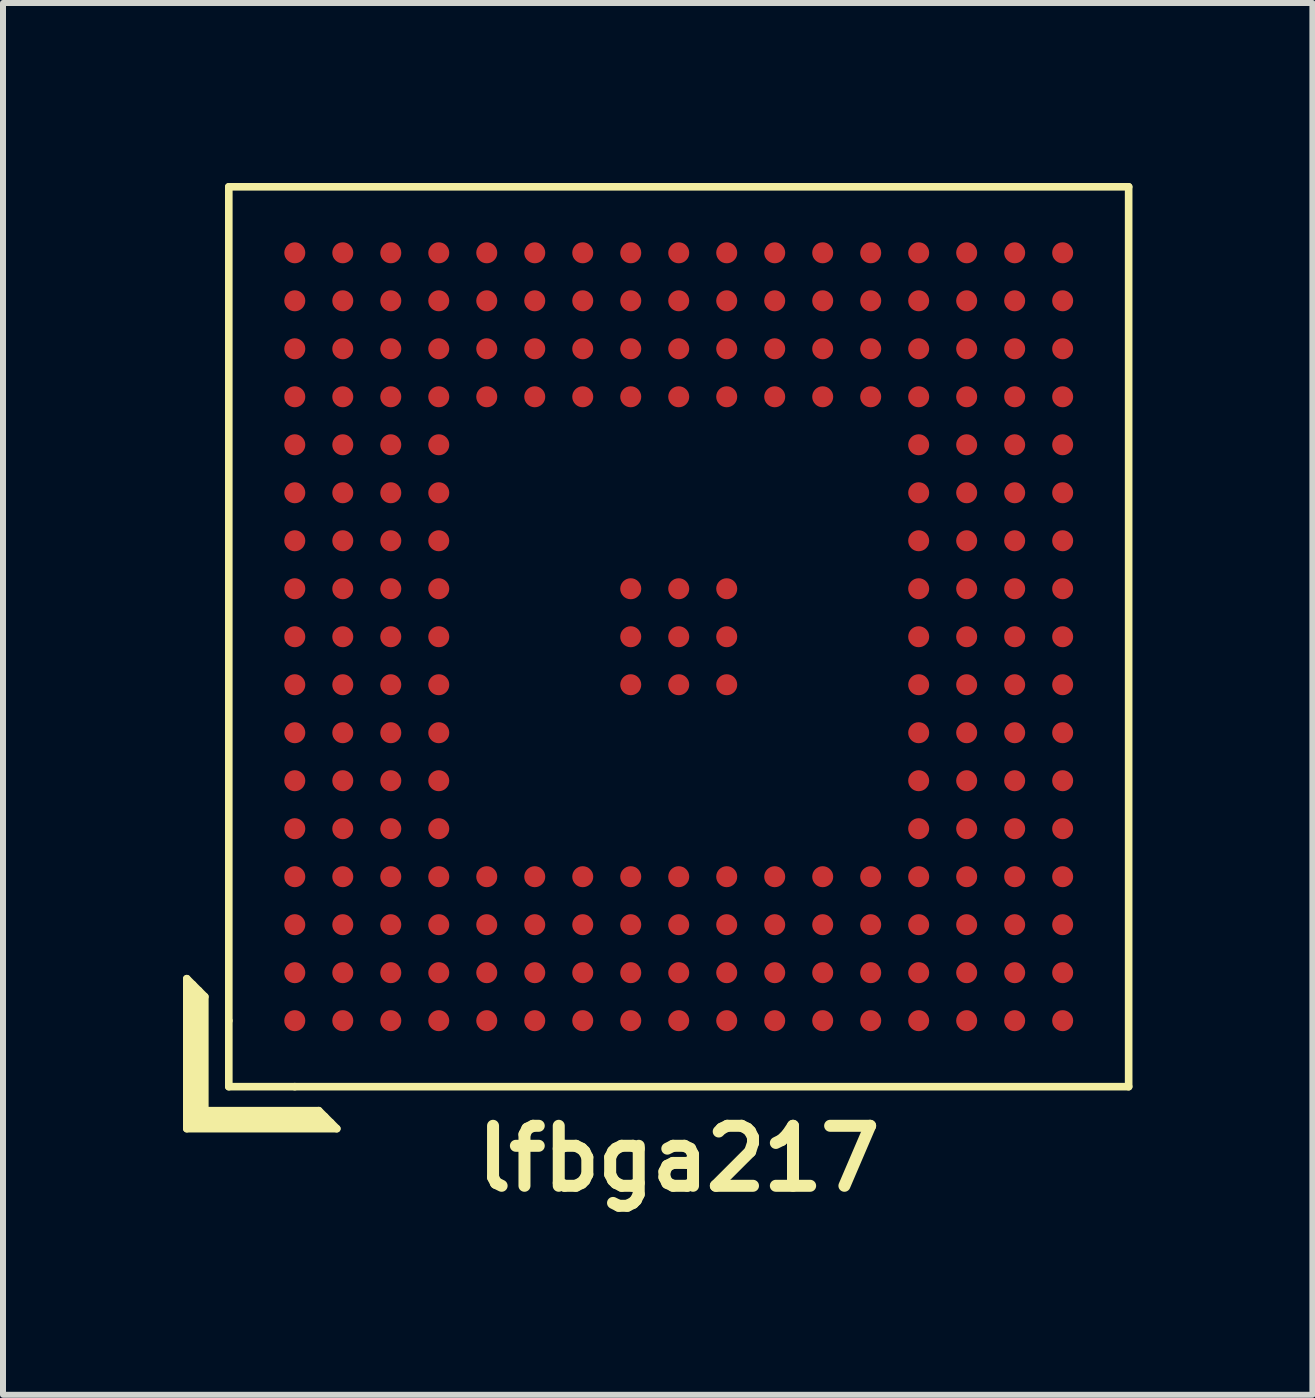
<source format=kicad_pcb>
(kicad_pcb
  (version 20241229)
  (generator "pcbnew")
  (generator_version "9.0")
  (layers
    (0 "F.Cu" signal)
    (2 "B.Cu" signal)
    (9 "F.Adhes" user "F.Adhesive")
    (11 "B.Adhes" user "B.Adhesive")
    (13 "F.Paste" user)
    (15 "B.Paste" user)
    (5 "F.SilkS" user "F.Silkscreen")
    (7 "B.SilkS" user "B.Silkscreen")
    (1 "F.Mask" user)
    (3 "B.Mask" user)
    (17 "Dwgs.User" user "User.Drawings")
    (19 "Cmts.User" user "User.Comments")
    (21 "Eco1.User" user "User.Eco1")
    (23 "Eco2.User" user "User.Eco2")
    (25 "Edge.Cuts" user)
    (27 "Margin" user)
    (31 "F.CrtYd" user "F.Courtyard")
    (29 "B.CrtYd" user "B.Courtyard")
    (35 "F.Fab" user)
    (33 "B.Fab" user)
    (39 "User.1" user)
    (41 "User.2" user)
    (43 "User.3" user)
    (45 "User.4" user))
  (footprint "lfbga217"
    (layer "F.Cu")
    (at 8.264 7.564)
    (property "Reference" "lfbga217" (at 0 8.7 0) (layer "F.SilkS") (effects (font (size 1 1) (thickness 0.2))))
    (attr through_hole)
    (fp_line (start -8.2 5.7) (end -7.9 6) (stroke (width 0.127) (type solid)) (layer "F.SilkS"))
    (fp_line (start -8.2 8.2) (end -8.2 5.7) (stroke (width 0.127) (type solid)) (layer "F.SilkS"))
    (fp_line (start -8.1 5.8) (end -8.1 8.1) (stroke (width 0.127) (type solid)) (layer "F.SilkS"))
    (fp_line (start -8.1 8.1) (end -5.8 8.1) (stroke (width 0.127) (type solid)) (layer "F.SilkS"))
    (fp_line (start -8 8) (end -8 5.9) (stroke (width 0.127) (type solid)) (layer "F.SilkS"))
    (fp_line (start -7.9 6) (end -7.9 7.9) (stroke (width 0.127) (type solid)) (layer "F.SilkS"))
    (fp_line (start -7.9 7.9) (end -6 7.9) (stroke (width 0.127) (type solid)) (layer "F.SilkS"))
    (fp_line (start -7.5 -7.5) (end 7.5 -7.5) (stroke (width 0.127) (type solid)) (layer "F.SilkS"))
    (fp_line (start -7.5 6.4) (end -7.5 -7.5) (stroke (width 0.127) (type solid)) (layer "F.SilkS"))
    (fp_line (start -7.5 6.4) (end -7.5 7.5) (stroke (width 0.127) (type solid)) (layer "F.SilkS"))
    (fp_line (start -7.5 7.5) (end -6.4 7.5) (stroke (width 0.127) (type solid)) (layer "F.SilkS"))
    (fp_line (start -6 7.9) (end -5.7 8.2) (stroke (width 0.127) (type solid)) (layer "F.SilkS"))
    (fp_line (start -5.9 8) (end -8 8) (stroke (width 0.127) (type solid)) (layer "F.SilkS"))
    (fp_line (start -5.7 8.2) (end -8.2 8.2) (stroke (width 0.127) (type solid)) (layer "F.SilkS"))
    (fp_line (start 7.5 -7.5) (end 7.5 7.5) (stroke (width 0.127) (type solid)) (layer "F.SilkS"))
    (fp_line (start 7.5 7.5) (end -6.4 7.5) (stroke (width 0.127) (type solid)) (layer "F.SilkS"))
    (pad "A1" smd circle (at -6.4 6.4) (size 0.35 0.35) (layers "F.Cu" "F.Mask" "F.Paste"))
    (pad "A2" smd circle (at -5.6 6.4) (size 0.35 0.35) (layers "F.Cu" "F.Mask" "F.Paste"))
    (pad "A3" smd circle (at -4.8 6.4) (size 0.35 0.35) (layers "F.Cu" "F.Mask" "F.Paste"))
    (pad "A4" smd circle (at -4 6.4) (size 0.35 0.35) (layers "F.Cu" "F.Mask" "F.Paste"))
    (pad "A5" smd circle (at -3.2 6.4) (size 0.35 0.35) (layers "F.Cu" "F.Mask" "F.Paste"))
    (pad "A6" smd circle (at -2.4 6.4) (size 0.35 0.35) (layers "F.Cu" "F.Mask" "F.Paste"))
    (pad "A7" smd circle (at -1.6 6.4) (size 0.35 0.35) (layers "F.Cu" "F.Mask" "F.Paste"))
    (pad "A8" smd circle (at -0.8 6.4) (size 0.35 0.35) (layers "F.Cu" "F.Mask" "F.Paste"))
    (pad "A9" smd circle (at 0 6.4) (size 0.35 0.35) (layers "F.Cu" "F.Mask" "F.Paste"))
    (pad "A10" smd circle (at 0.8 6.4) (size 0.35 0.35) (layers "F.Cu" "F.Mask" "F.Paste"))
    (pad "A11" smd circle (at 1.6 6.4) (size 0.35 0.35) (layers "F.Cu" "F.Mask" "F.Paste"))
    (pad "A12" smd circle (at 2.4 6.4) (size 0.35 0.35) (layers "F.Cu" "F.Mask" "F.Paste"))
    (pad "A13" smd circle (at 3.2 6.4) (size 0.35 0.35) (layers "F.Cu" "F.Mask" "F.Paste"))
    (pad "A14" smd circle (at 4 6.4) (size 0.35 0.35) (layers "F.Cu" "F.Mask" "F.Paste"))
    (pad "A15" smd circle (at 4.8 6.4) (size 0.35 0.35) (layers "F.Cu" "F.Mask" "F.Paste"))
    (pad "A16" smd circle (at 5.6 6.4) (size 0.35 0.35) (layers "F.Cu" "F.Mask" "F.Paste"))
    (pad "A17" smd circle (at 6.4 6.4) (size 0.35 0.35) (layers "F.Cu" "F.Mask" "F.Paste"))
    (pad "B1" smd circle (at -6.4 5.6) (size 0.35 0.35) (layers "F.Cu" "F.Mask" "F.Paste"))
    (pad "B2" smd circle (at -5.6 5.6) (size 0.35 0.35) (layers "F.Cu" "F.Mask" "F.Paste"))
    (pad "B3" smd circle (at -4.8 5.6) (size 0.35 0.35) (layers "F.Cu" "F.Mask" "F.Paste"))
    (pad "B4" smd circle (at -4 5.6) (size 0.35 0.35) (layers "F.Cu" "F.Mask" "F.Paste"))
    (pad "B5" smd circle (at -3.2 5.6) (size 0.35 0.35) (layers "F.Cu" "F.Mask" "F.Paste"))
    (pad "B6" smd circle (at -2.4 5.6) (size 0.35 0.35) (layers "F.Cu" "F.Mask" "F.Paste"))
    (pad "B7" smd circle (at -1.6 5.6) (size 0.35 0.35) (layers "F.Cu" "F.Mask" "F.Paste"))
    (pad "B8" smd circle (at -0.8 5.6) (size 0.35 0.35) (layers "F.Cu" "F.Mask" "F.Paste"))
    (pad "B9" smd circle (at 0 5.6) (size 0.35 0.35) (layers "F.Cu" "F.Mask" "F.Paste"))
    (pad "B10" smd circle (at 0.8 5.6) (size 0.35 0.35) (layers "F.Cu" "F.Mask" "F.Paste"))
    (pad "B11" smd circle (at 1.6 5.6) (size 0.35 0.35) (layers "F.Cu" "F.Mask" "F.Paste"))
    (pad "B12" smd circle (at 2.4 5.6) (size 0.35 0.35) (layers "F.Cu" "F.Mask" "F.Paste"))
    (pad "B13" smd circle (at 3.2 5.6) (size 0.35 0.35) (layers "F.Cu" "F.Mask" "F.Paste"))
    (pad "B14" smd circle (at 4 5.6) (size 0.35 0.35) (layers "F.Cu" "F.Mask" "F.Paste"))
    (pad "B15" smd circle (at 4.8 5.6) (size 0.35 0.35) (layers "F.Cu" "F.Mask" "F.Paste"))
    (pad "B16" smd circle (at 5.6 5.6) (size 0.35 0.35) (layers "F.Cu" "F.Mask" "F.Paste"))
    (pad "B17" smd circle (at 6.4 5.6) (size 0.35 0.35) (layers "F.Cu" "F.Mask" "F.Paste"))
    (pad "C1" smd circle (at -6.4 4.8) (size 0.35 0.35) (layers "F.Cu" "F.Mask" "F.Paste"))
    (pad "C2" smd circle (at -5.6 4.8) (size 0.35 0.35) (layers "F.Cu" "F.Mask" "F.Paste"))
    (pad "C3" smd circle (at -4.8 4.8) (size 0.35 0.35) (layers "F.Cu" "F.Mask" "F.Paste"))
    (pad "C4" smd circle (at -4 4.8) (size 0.35 0.35) (layers "F.Cu" "F.Mask" "F.Paste"))
    (pad "C5" smd circle (at -3.2 4.8) (size 0.35 0.35) (layers "F.Cu" "F.Mask" "F.Paste"))
    (pad "C6" smd circle (at -2.4 4.8) (size 0.35 0.35) (layers "F.Cu" "F.Mask" "F.Paste"))
    (pad "C7" smd circle (at -1.6 4.8) (size 0.35 0.35) (layers "F.Cu" "F.Mask" "F.Paste"))
    (pad "C8" smd circle (at -0.8 4.8) (size 0.35 0.35) (layers "F.Cu" "F.Mask" "F.Paste"))
    (pad "C9" smd circle (at 0 4.8) (size 0.35 0.35) (layers "F.Cu" "F.Mask" "F.Paste"))
    (pad "C10" smd circle (at 0.8 4.8) (size 0.35 0.35) (layers "F.Cu" "F.Mask" "F.Paste"))
    (pad "C11" smd circle (at 1.6 4.8) (size 0.35 0.35) (layers "F.Cu" "F.Mask" "F.Paste"))
    (pad "C12" smd circle (at 2.4 4.8) (size 0.35 0.35) (layers "F.Cu" "F.Mask" "F.Paste"))
    (pad "C13" smd circle (at 3.2 4.8) (size 0.35 0.35) (layers "F.Cu" "F.Mask" "F.Paste"))
    (pad "C14" smd circle (at 4 4.8) (size 0.35 0.35) (layers "F.Cu" "F.Mask" "F.Paste"))
    (pad "C15" smd circle (at 4.8 4.8) (size 0.35 0.35) (layers "F.Cu" "F.Mask" "F.Paste"))
    (pad "C16" smd circle (at 5.6 4.8) (size 0.35 0.35) (layers "F.Cu" "F.Mask" "F.Paste"))
    (pad "C17" smd circle (at 6.4 4.8) (size 0.35 0.35) (layers "F.Cu" "F.Mask" "F.Paste"))
    (pad "D1" smd circle (at -6.4 4) (size 0.35 0.35) (layers "F.Cu" "F.Mask" "F.Paste"))
    (pad "D2" smd circle (at -5.6 4) (size 0.35 0.35) (layers "F.Cu" "F.Mask" "F.Paste"))
    (pad "D3" smd circle (at -4.8 4) (size 0.35 0.35) (layers "F.Cu" "F.Mask" "F.Paste"))
    (pad "D4" smd circle (at -4 4) (size 0.35 0.35) (layers "F.Cu" "F.Mask" "F.Paste"))
    (pad "D5" smd circle (at -3.2 4) (size 0.35 0.35) (layers "F.Cu" "F.Mask" "F.Paste"))
    (pad "D6" smd circle (at -2.4 4) (size 0.35 0.35) (layers "F.Cu" "F.Mask" "F.Paste"))
    (pad "D7" smd circle (at -1.6 4) (size 0.35 0.35) (layers "F.Cu" "F.Mask" "F.Paste"))
    (pad "D8" smd circle (at -0.8 4) (size 0.35 0.35) (layers "F.Cu" "F.Mask" "F.Paste"))
    (pad "D9" smd circle (at 0 4) (size 0.35 0.35) (layers "F.Cu" "F.Mask" "F.Paste"))
    (pad "D10" smd circle (at 0.8 4) (size 0.35 0.35) (layers "F.Cu" "F.Mask" "F.Paste"))
    (pad "D11" smd circle (at 1.6 4) (size 0.35 0.35) (layers "F.Cu" "F.Mask" "F.Paste"))
    (pad "D12" smd circle (at 2.4 4) (size 0.35 0.35) (layers "F.Cu" "F.Mask" "F.Paste"))
    (pad "D13" smd circle (at 3.2 4) (size 0.35 0.35) (layers "F.Cu" "F.Mask" "F.Paste"))
    (pad "D14" smd circle (at 4 4) (size 0.35 0.35) (layers "F.Cu" "F.Mask" "F.Paste"))
    (pad "D15" smd circle (at 4.8 4) (size 0.35 0.35) (layers "F.Cu" "F.Mask" "F.Paste"))
    (pad "D16" smd circle (at 5.6 4) (size 0.35 0.35) (layers "F.Cu" "F.Mask" "F.Paste"))
    (pad "D17" smd circle (at 6.4 4) (size 0.35 0.35) (layers "F.Cu" "F.Mask" "F.Paste"))
    (pad "E1" smd circle (at -6.4 3.2) (size 0.35 0.35) (layers "F.Cu" "F.Mask" "F.Paste"))
    (pad "E2" smd circle (at -5.6 3.2) (size 0.35 0.35) (layers "F.Cu" "F.Mask" "F.Paste"))
    (pad "E3" smd circle (at -4.8 3.2) (size 0.35 0.35) (layers "F.Cu" "F.Mask" "F.Paste"))
    (pad "E4" smd circle (at -4 3.2) (size 0.35 0.35) (layers "F.Cu" "F.Mask" "F.Paste"))
    (pad "E14" smd circle (at 4 3.2) (size 0.35 0.35) (layers "F.Cu" "F.Mask" "F.Paste"))
    (pad "E15" smd circle (at 4.8 3.2) (size 0.35 0.35) (layers "F.Cu" "F.Mask" "F.Paste"))
    (pad "E16" smd circle (at 5.6 3.2) (size 0.35 0.35) (layers "F.Cu" "F.Mask" "F.Paste"))
    (pad "E17" smd circle (at 6.4 3.2) (size 0.35 0.35) (layers "F.Cu" "F.Mask" "F.Paste"))
    (pad "F1" smd circle (at -6.4 2.4) (size 0.35 0.35) (layers "F.Cu" "F.Mask" "F.Paste"))
    (pad "F2" smd circle (at -5.6 2.4) (size 0.35 0.35) (layers "F.Cu" "F.Mask" "F.Paste"))
    (pad "F3" smd circle (at -4.8 2.4) (size 0.35 0.35) (layers "F.Cu" "F.Mask" "F.Paste"))
    (pad "F4" smd circle (at -4 2.4) (size 0.35 0.35) (layers "F.Cu" "F.Mask" "F.Paste"))
    (pad "F14" smd circle (at 4 2.4) (size 0.35 0.35) (layers "F.Cu" "F.Mask" "F.Paste"))
    (pad "F15" smd circle (at 4.8 2.4) (size 0.35 0.35) (layers "F.Cu" "F.Mask" "F.Paste"))
    (pad "F16" smd circle (at 5.6 2.4) (size 0.35 0.35) (layers "F.Cu" "F.Mask" "F.Paste"))
    (pad "F17" smd circle (at 6.4 2.4) (size 0.35 0.35) (layers "F.Cu" "F.Mask" "F.Paste"))
    (pad "G1" smd circle (at -6.4 1.6) (size 0.35 0.35) (layers "F.Cu" "F.Mask" "F.Paste"))
    (pad "G2" smd circle (at -5.6 1.6) (size 0.35 0.35) (layers "F.Cu" "F.Mask" "F.Paste"))
    (pad "G3" smd circle (at -4.8 1.6) (size 0.35 0.35) (layers "F.Cu" "F.Mask" "F.Paste"))
    (pad "G4" smd circle (at -4 1.6) (size 0.35 0.35) (layers "F.Cu" "F.Mask" "F.Paste"))
    (pad "G14" smd circle (at 4 1.6) (size 0.35 0.35) (layers "F.Cu" "F.Mask" "F.Paste"))
    (pad "G15" smd circle (at 4.8 1.6) (size 0.35 0.35) (layers "F.Cu" "F.Mask" "F.Paste"))
    (pad "G16" smd circle (at 5.6 1.6) (size 0.35 0.35) (layers "F.Cu" "F.Mask" "F.Paste"))
    (pad "G17" smd circle (at 6.4 1.6) (size 0.35 0.35) (layers "F.Cu" "F.Mask" "F.Paste"))
    (pad "H1" smd circle (at -6.4 0.8) (size 0.35 0.35) (layers "F.Cu" "F.Mask" "F.Paste"))
    (pad "H2" smd circle (at -5.6 0.8) (size 0.35 0.35) (layers "F.Cu" "F.Mask" "F.Paste"))
    (pad "H3" smd circle (at -4.8 0.8) (size 0.35 0.35) (layers "F.Cu" "F.Mask" "F.Paste"))
    (pad "H4" smd circle (at -4 0.8) (size 0.35 0.35) (layers "F.Cu" "F.Mask" "F.Paste"))
    (pad "H8" smd circle (at -0.8 0.8) (size 0.35 0.35) (layers "F.Cu" "F.Mask" "F.Paste"))
    (pad "H9" smd circle (at 0 0.8) (size 0.35 0.35) (layers "F.Cu" "F.Mask" "F.Paste"))
    (pad "H10" smd circle (at 0.8 0.8) (size 0.35 0.35) (layers "F.Cu" "F.Mask" "F.Paste"))
    (pad "H14" smd circle (at 4 0.8) (size 0.35 0.35) (layers "F.Cu" "F.Mask" "F.Paste"))
    (pad "H15" smd circle (at 4.8 0.8) (size 0.35 0.35) (layers "F.Cu" "F.Mask" "F.Paste"))
    (pad "H16" smd circle (at 5.6 0.8) (size 0.35 0.35) (layers "F.Cu" "F.Mask" "F.Paste"))
    (pad "H17" smd circle (at 6.4 0.8) (size 0.35 0.35) (layers "F.Cu" "F.Mask" "F.Paste"))
    (pad "J1" smd circle (at -6.4 0) (size 0.35 0.35) (layers "F.Cu" "F.Mask" "F.Paste"))
    (pad "J2" smd circle (at -5.6 0) (size 0.35 0.35) (layers "F.Cu" "F.Mask" "F.Paste"))
    (pad "J3" smd circle (at -4.8 0) (size 0.35 0.35) (layers "F.Cu" "F.Mask" "F.Paste"))
    (pad "J4" smd circle (at -4 0) (size 0.35 0.35) (layers "F.Cu" "F.Mask" "F.Paste"))
    (pad "J8" smd circle (at -0.8 0) (size 0.35 0.35) (layers "F.Cu" "F.Mask" "F.Paste"))
    (pad "J9" smd circle (at 0 0) (size 0.35 0.35) (layers "F.Cu" "F.Mask" "F.Paste"))
    (pad "J10" smd circle (at 0.8 0) (size 0.35 0.35) (layers "F.Cu" "F.Mask" "F.Paste"))
    (pad "J14" smd circle (at 4 0) (size 0.35 0.35) (layers "F.Cu" "F.Mask" "F.Paste"))
    (pad "J15" smd circle (at 4.8 0) (size 0.35 0.35) (layers "F.Cu" "F.Mask" "F.Paste"))
    (pad "J16" smd circle (at 5.6 0) (size 0.35 0.35) (layers "F.Cu" "F.Mask" "F.Paste"))
    (pad "J17" smd circle (at 6.4 0) (size 0.35 0.35) (layers "F.Cu" "F.Mask" "F.Paste"))
    (pad "K1" smd circle (at -6.4 -0.8) (size 0.35 0.35) (layers "F.Cu" "F.Mask" "F.Paste"))
    (pad "K2" smd circle (at -5.6 -0.8) (size 0.35 0.35) (layers "F.Cu" "F.Mask" "F.Paste"))
    (pad "K3" smd circle (at -4.8 -0.8) (size 0.35 0.35) (layers "F.Cu" "F.Mask" "F.Paste"))
    (pad "K4" smd circle (at -4 -0.8) (size 0.35 0.35) (layers "F.Cu" "F.Mask" "F.Paste"))
    (pad "K8" smd circle (at -0.8 -0.8) (size 0.35 0.35) (layers "F.Cu" "F.Mask" "F.Paste"))
    (pad "K9" smd circle (at 0 -0.8) (size 0.35 0.35) (layers "F.Cu" "F.Mask" "F.Paste"))
    (pad "K10" smd circle (at 0.8 -0.8) (size 0.35 0.35) (layers "F.Cu" "F.Mask" "F.Paste"))
    (pad "K14" smd circle (at 4 -0.8) (size 0.35 0.35) (layers "F.Cu" "F.Mask" "F.Paste"))
    (pad "K15" smd circle (at 4.8 -0.8) (size 0.35 0.35) (layers "F.Cu" "F.Mask" "F.Paste"))
    (pad "K16" smd circle (at 5.6 -0.8) (size 0.35 0.35) (layers "F.Cu" "F.Mask" "F.Paste"))
    (pad "K17" smd circle (at 6.4 -0.8) (size 0.35 0.35) (layers "F.Cu" "F.Mask" "F.Paste"))
    (pad "L1" smd circle (at -6.4 -1.6) (size 0.35 0.35) (layers "F.Cu" "F.Mask" "F.Paste"))
    (pad "L2" smd circle (at -5.6 -1.6) (size 0.35 0.35) (layers "F.Cu" "F.Mask" "F.Paste"))
    (pad "L3" smd circle (at -4.8 -1.6) (size 0.35 0.35) (layers "F.Cu" "F.Mask" "F.Paste"))
    (pad "L4" smd circle (at -4 -1.6) (size 0.35 0.35) (layers "F.Cu" "F.Mask" "F.Paste"))
    (pad "L14" smd circle (at 4 -1.6) (size 0.35 0.35) (layers "F.Cu" "F.Mask" "F.Paste"))
    (pad "L15" smd circle (at 4.8 -1.6) (size 0.35 0.35) (layers "F.Cu" "F.Mask" "F.Paste"))
    (pad "L16" smd circle (at 5.6 -1.6) (size 0.35 0.35) (layers "F.Cu" "F.Mask" "F.Paste"))
    (pad "L17" smd circle (at 6.4 -1.6) (size 0.35 0.35) (layers "F.Cu" "F.Mask" "F.Paste"))
    (pad "M1" smd circle (at -6.4 -2.4) (size 0.35 0.35) (layers "F.Cu" "F.Mask" "F.Paste"))
    (pad "M2" smd circle (at -5.6 -2.4) (size 0.35 0.35) (layers "F.Cu" "F.Mask" "F.Paste"))
    (pad "M3" smd circle (at -4.8 -2.4) (size 0.35 0.35) (layers "F.Cu" "F.Mask" "F.Paste"))
    (pad "M4" smd circle (at -4 -2.4) (size 0.35 0.35) (layers "F.Cu" "F.Mask" "F.Paste"))
    (pad "M14" smd circle (at 4 -2.4) (size 0.35 0.35) (layers "F.Cu" "F.Mask" "F.Paste"))
    (pad "M15" smd circle (at 4.8 -2.4) (size 0.35 0.35) (layers "F.Cu" "F.Mask" "F.Paste"))
    (pad "M16" smd circle (at 5.6 -2.4) (size 0.35 0.35) (layers "F.Cu" "F.Mask" "F.Paste"))
    (pad "M17" smd circle (at 6.4 -2.4) (size 0.35 0.35) (layers "F.Cu" "F.Mask" "F.Paste"))
    (pad "N1" smd circle (at -6.4 -3.2) (size 0.35 0.35) (layers "F.Cu" "F.Mask" "F.Paste"))
    (pad "N2" smd circle (at -5.6 -3.2) (size 0.35 0.35) (layers "F.Cu" "F.Mask" "F.Paste"))
    (pad "N3" smd circle (at -4.8 -3.2) (size 0.35 0.35) (layers "F.Cu" "F.Mask" "F.Paste"))
    (pad "N4" smd circle (at -4 -3.2) (size 0.35 0.35) (layers "F.Cu" "F.Mask" "F.Paste"))
    (pad "N14" smd circle (at 4 -3.2) (size 0.35 0.35) (layers "F.Cu" "F.Mask" "F.Paste"))
    (pad "N15" smd circle (at 4.8 -3.2) (size 0.35 0.35) (layers "F.Cu" "F.Mask" "F.Paste"))
    (pad "N16" smd circle (at 5.6 -3.2) (size 0.35 0.35) (layers "F.Cu" "F.Mask" "F.Paste"))
    (pad "N17" smd circle (at 6.4 -3.2) (size 0.35 0.35) (layers "F.Cu" "F.Mask" "F.Paste"))
    (pad "P1" smd circle (at -6.4 -4) (size 0.35 0.35) (layers "F.Cu" "F.Mask" "F.Paste"))
    (pad "P2" smd circle (at -5.6 -4) (size 0.35 0.35) (layers "F.Cu" "F.Mask" "F.Paste"))
    (pad "P3" smd circle (at -4.8 -4) (size 0.35 0.35) (layers "F.Cu" "F.Mask" "F.Paste"))
    (pad "P4" smd circle (at -4 -4) (size 0.35 0.35) (layers "F.Cu" "F.Mask" "F.Paste"))
    (pad "P5" smd circle (at -3.2 -4) (size 0.35 0.35) (layers "F.Cu" "F.Mask" "F.Paste"))
    (pad "P6" smd circle (at -2.4 -4) (size 0.35 0.35) (layers "F.Cu" "F.Mask" "F.Paste"))
    (pad "P7" smd circle (at -1.6 -4) (size 0.35 0.35) (layers "F.Cu" "F.Mask" "F.Paste"))
    (pad "P8" smd circle (at -0.8 -4) (size 0.35 0.35) (layers "F.Cu" "F.Mask" "F.Paste"))
    (pad "P9" smd circle (at 0 -4) (size 0.35 0.35) (layers "F.Cu" "F.Mask" "F.Paste"))
    (pad "P10" smd circle (at 0.8 -4) (size 0.35 0.35) (layers "F.Cu" "F.Mask" "F.Paste"))
    (pad "P11" smd circle (at 1.6 -4) (size 0.35 0.35) (layers "F.Cu" "F.Mask" "F.Paste"))
    (pad "P12" smd circle (at 2.4 -4) (size 0.35 0.35) (layers "F.Cu" "F.Mask" "F.Paste"))
    (pad "P13" smd circle (at 3.2 -4) (size 0.35 0.35) (layers "F.Cu" "F.Mask" "F.Paste"))
    (pad "P14" smd circle (at 4 -4) (size 0.35 0.35) (layers "F.Cu" "F.Mask" "F.Paste"))
    (pad "P15" smd circle (at 4.8 -4) (size 0.35 0.35) (layers "F.Cu" "F.Mask" "F.Paste"))
    (pad "P16" smd circle (at 5.6 -4) (size 0.35 0.35) (layers "F.Cu" "F.Mask" "F.Paste"))
    (pad "P17" smd circle (at 6.4 -4) (size 0.35 0.35) (layers "F.Cu" "F.Mask" "F.Paste"))
    (pad "R1" smd circle (at -6.4 -4.8) (size 0.35 0.35) (layers "F.Cu" "F.Mask" "F.Paste"))
    (pad "R2" smd circle (at -5.6 -4.8) (size 0.35 0.35) (layers "F.Cu" "F.Mask" "F.Paste"))
    (pad "R3" smd circle (at -4.8 -4.8) (size 0.35 0.35) (layers "F.Cu" "F.Mask" "F.Paste"))
    (pad "R4" smd circle (at -4 -4.8) (size 0.35 0.35) (layers "F.Cu" "F.Mask" "F.Paste"))
    (pad "R5" smd circle (at -3.2 -4.8) (size 0.35 0.35) (layers "F.Cu" "F.Mask" "F.Paste"))
    (pad "R6" smd circle (at -2.4 -4.8) (size 0.35 0.35) (layers "F.Cu" "F.Mask" "F.Paste"))
    (pad "R7" smd circle (at -1.6 -4.8) (size 0.35 0.35) (layers "F.Cu" "F.Mask" "F.Paste"))
    (pad "R8" smd circle (at -0.8 -4.8) (size 0.35 0.35) (layers "F.Cu" "F.Mask" "F.Paste"))
    (pad "R9" smd circle (at 0 -4.8) (size 0.35 0.35) (layers "F.Cu" "F.Mask" "F.Paste"))
    (pad "R10" smd circle (at 0.8 -4.8) (size 0.35 0.35) (layers "F.Cu" "F.Mask" "F.Paste"))
    (pad "R11" smd circle (at 1.6 -4.8) (size 0.35 0.35) (layers "F.Cu" "F.Mask" "F.Paste"))
    (pad "R12" smd circle (at 2.4 -4.8) (size 0.35 0.35) (layers "F.Cu" "F.Mask" "F.Paste"))
    (pad "R13" smd circle (at 3.2 -4.8) (size 0.35 0.35) (layers "F.Cu" "F.Mask" "F.Paste"))
    (pad "R14" smd circle (at 4 -4.8) (size 0.35 0.35) (layers "F.Cu" "F.Mask" "F.Paste"))
    (pad "R15" smd circle (at 4.8 -4.8) (size 0.35 0.35) (layers "F.Cu" "F.Mask" "F.Paste"))
    (pad "R16" smd circle (at 5.6 -4.8) (size 0.35 0.35) (layers "F.Cu" "F.Mask" "F.Paste"))
    (pad "R17" smd circle (at 6.4 -4.8) (size 0.35 0.35) (layers "F.Cu" "F.Mask" "F.Paste"))
    (pad "T1" smd circle (at -6.4 -5.6) (size 0.35 0.35) (layers "F.Cu" "F.Mask" "F.Paste"))
    (pad "T2" smd circle (at -5.6 -5.6) (size 0.35 0.35) (layers "F.Cu" "F.Mask" "F.Paste"))
    (pad "T3" smd circle (at -4.8 -5.6) (size 0.35 0.35) (layers "F.Cu" "F.Mask" "F.Paste"))
    (pad "T4" smd circle (at -4 -5.6) (size 0.35 0.35) (layers "F.Cu" "F.Mask" "F.Paste"))
    (pad "T5" smd circle (at -3.2 -5.6) (size 0.35 0.35) (layers "F.Cu" "F.Mask" "F.Paste"))
    (pad "T6" smd circle (at -2.4 -5.6) (size 0.35 0.35) (layers "F.Cu" "F.Mask" "F.Paste"))
    (pad "T7" smd circle (at -1.6 -5.6) (size 0.35 0.35) (layers "F.Cu" "F.Mask" "F.Paste"))
    (pad "T8" smd circle (at -0.8 -5.6) (size 0.35 0.35) (layers "F.Cu" "F.Mask" "F.Paste"))
    (pad "T9" smd circle (at 0 -5.6) (size 0.35 0.35) (layers "F.Cu" "F.Mask" "F.Paste"))
    (pad "T10" smd circle (at 0.8 -5.6) (size 0.35 0.35) (layers "F.Cu" "F.Mask" "F.Paste"))
    (pad "T11" smd circle (at 1.6 -5.6) (size 0.35 0.35) (layers "F.Cu" "F.Mask" "F.Paste"))
    (pad "T12" smd circle (at 2.4 -5.6) (size 0.35 0.35) (layers "F.Cu" "F.Mask" "F.Paste"))
    (pad "T13" smd circle (at 3.2 -5.6) (size 0.35 0.35) (layers "F.Cu" "F.Mask" "F.Paste"))
    (pad "T14" smd circle (at 4 -5.6) (size 0.35 0.35) (layers "F.Cu" "F.Mask" "F.Paste"))
    (pad "T15" smd circle (at 4.8 -5.6) (size 0.35 0.35) (layers "F.Cu" "F.Mask" "F.Paste"))
    (pad "T16" smd circle (at 5.6 -5.6) (size 0.35 0.35) (layers "F.Cu" "F.Mask" "F.Paste"))
    (pad "T17" smd circle (at 6.4 -5.6) (size 0.35 0.35) (layers "F.Cu" "F.Mask" "F.Paste"))
    (pad "U1" smd circle (at -6.4 -6.4) (size 0.35 0.35) (layers "F.Cu" "F.Mask" "F.Paste"))
    (pad "U2" smd circle (at -5.6 -6.4) (size 0.35 0.35) (layers "F.Cu" "F.Mask" "F.Paste"))
    (pad "U3" smd circle (at -4.8 -6.4) (size 0.35 0.35) (layers "F.Cu" "F.Mask" "F.Paste"))
    (pad "U4" smd circle (at -4 -6.4) (size 0.35 0.35) (layers "F.Cu" "F.Mask" "F.Paste"))
    (pad "U5" smd circle (at -3.2 -6.4) (size 0.35 0.35) (layers "F.Cu" "F.Mask" "F.Paste"))
    (pad "U6" smd circle (at -2.4 -6.4) (size 0.35 0.35) (layers "F.Cu" "F.Mask" "F.Paste"))
    (pad "U7" smd circle (at -1.6 -6.4) (size 0.35 0.35) (layers "F.Cu" "F.Mask" "F.Paste"))
    (pad "U8" smd circle (at -0.8 -6.4) (size 0.35 0.35) (layers "F.Cu" "F.Mask" "F.Paste"))
    (pad "U9" smd circle (at 0 -6.4) (size 0.35 0.35) (layers "F.Cu" "F.Mask" "F.Paste"))
    (pad "U10" smd circle (at 0.8 -6.4) (size 0.35 0.35) (layers "F.Cu" "F.Mask" "F.Paste"))
    (pad "U11" smd circle (at 1.6 -6.4) (size 0.35 0.35) (layers "F.Cu" "F.Mask" "F.Paste"))
    (pad "U12" smd circle (at 2.4 -6.4) (size 0.35 0.35) (layers "F.Cu" "F.Mask" "F.Paste"))
    (pad "U13" smd circle (at 3.2 -6.4) (size 0.35 0.35) (layers "F.Cu" "F.Mask" "F.Paste"))
    (pad "U14" smd circle (at 4 -6.4) (size 0.35 0.35) (layers "F.Cu" "F.Mask" "F.Paste"))
    (pad "U15" smd circle (at 4.8 -6.4) (size 0.35 0.35) (layers "F.Cu" "F.Mask" "F.Paste"))
    (pad "U16" smd circle (at 5.6 -6.4) (size 0.35 0.35) (layers "F.Cu" "F.Mask" "F.Paste"))
    (pad "U17" smd circle (at 6.4 -6.4) (size 0.35 0.35) (layers "F.Cu" "F.Mask" "F.Paste")))
  (gr_rect
    (start -3 -3)
    (end 18.827 20.2)
    (stroke (width 0.1) (type default))
    (fill no)
    (layer "Edge.Cuts")))
</source>
